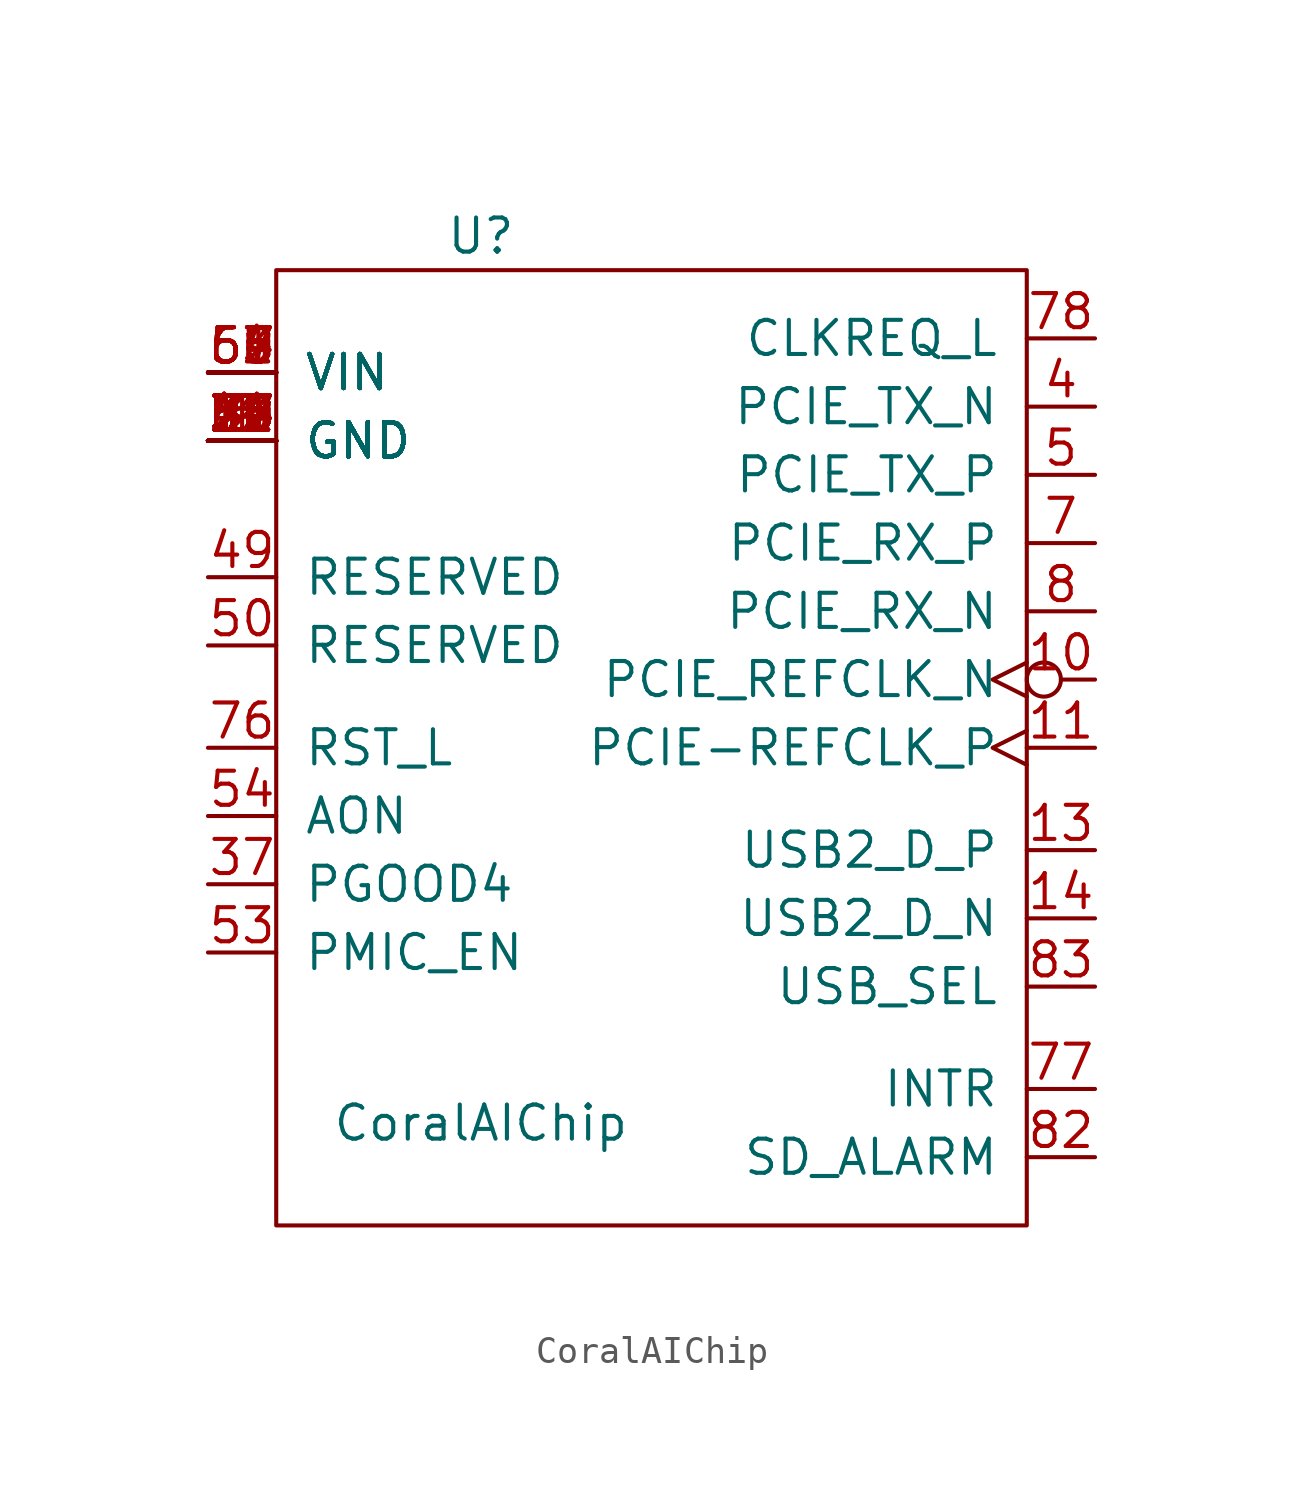
<source format=kicad_sym>
(kicad_symbol_lib
  (version 20220914)
  (generator kicad_symbol_editor)
  (symbol "CoralAIChip"
    (pin_names
      (offset 1.016))
    (property "Reference" "U"
      (at -6.35 19.05 0)
      (effects (font (size 1.27 1.27))))
    (property "Value" "CoralAIChip"
      (at -6.35 -13.97 0)
      (effects (font (size 1.27 1.27))))
    (symbol "CoralAIChip_0_1"
      (rectangle (start -13.97 17.78) (end 13.97 -17.78) (stroke (width 0) (type default)) (fill (type none))))
    (symbol "CoralAIChip_1_1"
      (pin power_in line (at -16.51 11.43 0) (length 2.54) (name "GND" (effects (font (size 1.27 1.27)))) (number "1" (effects (font (size 1.27 1.27)))))
      (pin input inverted_clock (at 16.51 2.54 180) (length 2.54) (name "PCIE_REFCLK_N" (effects (font (size 1.27 1.27)))) (number "10" (effects (font (size 1.27 1.27)))))
      (pin input clock (at 16.51 0 180) (length 2.54) (name "PCIE-REFCLK_P" (effects (font (size 1.27 1.27)))) (number "11" (effects (font (size 1.27 1.27)))))
      (pin power_in line (at -16.51 11.43 0) (length 2.54) (name "GND" (effects (font (size 1.27 1.27)))) (number "12" (effects (font (size 1.27 1.27)))))
      (pin bidirectional line (at 16.51 -3.81 180) (length 2.54) (name "USB2_D_P" (effects (font (size 1.27 1.27)))) (number "13" (effects (font (size 1.27 1.27)))))
      (pin bidirectional line (at 16.51 -6.35 180) (length 2.54) (name "USB2_D_N" (effects (font (size 1.27 1.27)))) (number "14" (effects (font (size 1.27 1.27)))))
      (pin power_in line (at -16.51 11.43 0) (length 2.54) (name "GND" (effects (font (size 1.27 1.27)))) (number "15" (effects (font (size 1.27 1.27)))))
      (pin power_in line (at -16.51 11.43 0) (length 2.54) (name "GND" (effects (font (size 1.27 1.27)))) (number "16" (effects (font (size 1.27 1.27)))))
      (pin power_in line (at -16.51 11.43 0) (length 2.54) (name "GND" (effects (font (size 1.27 1.27)))) (number "17" (effects (font (size 1.27 1.27)))))
      (pin power_in line (at -16.51 11.43 0) (length 2.54) (name "GND" (effects (font (size 1.27 1.27)))) (number "18" (effects (font (size 1.27 1.27)))))
      (pin power_in line (at -16.51 11.43 0) (length 2.54) (name "GND" (effects (font (size 1.27 1.27)))) (number "19" (effects (font (size 1.27 1.27)))))
      (pin power_in line (at -16.51 11.43 0) (length 2.54) (name "GND" (effects (font (size 1.27 1.27)))) (number "2" (effects (font (size 1.27 1.27)))))
      (pin power_in line (at -16.51 11.43 0) (length 2.54) (name "GND" (effects (font (size 1.27 1.27)))) (number "20" (effects (font (size 1.27 1.27)))))
      (pin power_in line (at -16.51 11.43 0) (length 2.54) (name "GND" (effects (font (size 1.27 1.27)))) (number "21" (effects (font (size 1.27 1.27)))))
      (pin power_in line (at -16.51 11.43 0) (length 2.54) (name "GND" (effects (font (size 1.27 1.27)))) (number "22" (effects (font (size 1.27 1.27)))))
      (pin power_in line (at -16.51 11.43 0) (length 2.54) (name "GND" (effects (font (size 1.27 1.27)))) (number "23" (effects (font (size 1.27 1.27)))))
      (pin power_in line (at -16.51 11.43 0) (length 2.54) (name "GND" (effects (font (size 1.27 1.27)))) (number "24" (effects (font (size 1.27 1.27)))))
      (pin power_in line (at -16.51 11.43 0) (length 2.54) (name "GND" (effects (font (size 1.27 1.27)))) (number "25" (effects (font (size 1.27 1.27)))))
      (pin power_in line (at -16.51 11.43 0) (length 2.54) (name "GND" (effects (font (size 1.27 1.27)))) (number "26" (effects (font (size 1.27 1.27)))))
      (pin power_in line (at -16.51 11.43 0) (length 2.54) (name "GND" (effects (font (size 1.27 1.27)))) (number "27" (effects (font (size 1.27 1.27)))))
      (pin power_in line (at -16.51 11.43 0) (length 2.54) (name "GND" (effects (font (size 1.27 1.27)))) (number "28" (effects (font (size 1.27 1.27)))))
      (pin power_in line (at -16.51 11.43 0) (length 2.54) (name "GND" (effects (font (size 1.27 1.27)))) (number "29" (effects (font (size 1.27 1.27)))))
      (pin power_in line (at -16.51 11.43 0) (length 2.54) (name "GND" (effects (font (size 1.27 1.27)))) (number "3" (effects (font (size 1.27 1.27)))))
      (pin power_in line (at -16.51 11.43 0) (length 2.54) (name "GND" (effects (font (size 1.27 1.27)))) (number "30" (effects (font (size 1.27 1.27)))))
      (pin power_in line (at -16.51 11.43 0) (length 2.54) (name "GND" (effects (font (size 1.27 1.27)))) (number "31" (effects (font (size 1.27 1.27)))))
      (pin power_in line (at -16.51 11.43 0) (length 2.54) (name "GND" (effects (font (size 1.27 1.27)))) (number "32" (effects (font (size 1.27 1.27)))))
      (pin power_in line (at -16.51 11.43 0) (length 2.54) (name "GND" (effects (font (size 1.27 1.27)))) (number "33" (effects (font (size 1.27 1.27)))))
      (pin power_in line (at -16.51 11.43 0) (length 2.54) (name "GND" (effects (font (size 1.27 1.27)))) (number "34" (effects (font (size 1.27 1.27)))))
      (pin power_in line (at -16.51 11.43 0) (length 2.54) (name "GND" (effects (font (size 1.27 1.27)))) (number "35" (effects (font (size 1.27 1.27)))))
      (pin power_in line (at -16.51 11.43 0) (length 2.54) (name "GND" (effects (font (size 1.27 1.27)))) (number "36" (effects (font (size 1.27 1.27)))))
      (pin output line (at -16.51 -5.08 0) (length 2.54) (name "PGOOD4" (effects (font (size 1.27 1.27)))) (number "37" (effects (font (size 1.27 1.27)))))
      (pin power_in line (at -16.51 11.43 0) (length 2.54) (name "GND" (effects (font (size 1.27 1.27)))) (number "38" (effects (font (size 1.27 1.27)))))
      (pin power_in line (at -16.51 11.43 0) (length 2.54) (name "GND" (effects (font (size 1.27 1.27)))) (number "39" (effects (font (size 1.27 1.27)))))
      (pin output line (at 16.51 12.7 180) (length 2.54) (name "PCIE_TX_N" (effects (font (size 1.27 1.27)))) (number "4" (effects (font (size 1.27 1.27)))))
      (pin power_in line (at -16.51 11.43 0) (length 2.54) (name "GND" (effects (font (size 1.27 1.27)))) (number "40" (effects (font (size 1.27 1.27)))))
      (pin power_in line (at -16.51 11.43 0) (length 2.54) (name "GND" (effects (font (size 1.27 1.27)))) (number "41" (effects (font (size 1.27 1.27)))))
      (pin power_in line (at -16.51 11.43 0) (length 2.54) (name "GND" (effects (font (size 1.27 1.27)))) (number "42" (effects (font (size 1.27 1.27)))))
      (pin power_in line (at -16.51 11.43 0) (length 2.54) (name "GND" (effects (font (size 1.27 1.27)))) (number "43" (effects (font (size 1.27 1.27)))))
      (pin power_in line (at -16.51 11.43 0) (length 2.54) (name "GND" (effects (font (size 1.27 1.27)))) (number "44" (effects (font (size 1.27 1.27)))))
      (pin power_in line (at -16.51 11.43 0) (length 2.54) (name "GND" (effects (font (size 1.27 1.27)))) (number "45" (effects (font (size 1.27 1.27)))))
      (pin power_in line (at -16.51 11.43 0) (length 2.54) (name "GND" (effects (font (size 1.27 1.27)))) (number "46" (effects (font (size 1.27 1.27)))))
      (pin power_in line (at -16.51 11.43 0) (length 2.54) (name "GND" (effects (font (size 1.27 1.27)))) (number "47" (effects (font (size 1.27 1.27)))))
      (pin power_in line (at -16.51 11.43 0) (length 2.54) (name "GND" (effects (font (size 1.27 1.27)))) (number "48" (effects (font (size 1.27 1.27)))))
      (pin unspecified line (at -16.51 6.35 0) (length 2.54) (name "RESERVED" (effects (font (size 1.27 1.27)))) (number "49" (effects (font (size 1.27 1.27)))))
      (pin output line (at 16.51 10.16 180) (length 2.54) (name "PCIE_TX_P" (effects (font (size 1.27 1.27)))) (number "5" (effects (font (size 1.27 1.27)))))
      (pin unspecified line (at -16.51 3.81 0) (length 2.54) (name "RESERVED" (effects (font (size 1.27 1.27)))) (number "50" (effects (font (size 1.27 1.27)))))
      (pin power_in line (at -16.51 11.43 0) (length 2.54) (name "GND" (effects (font (size 1.27 1.27)))) (number "51" (effects (font (size 1.27 1.27)))))
      (pin no_connect line (at -5.08 -10.16 0) (length 2.54) hide (name "RESERVED" (effects (font (size 1.27 1.27)))) (number "52" (effects (font (size 1.27 1.27)))))
      (pin input line (at -16.51 -7.62 0) (length 2.54) (name "PMIC_EN" (effects (font (size 1.27 1.27)))) (number "53" (effects (font (size 1.27 1.27)))))
      (pin input line (at -16.51 -2.54 0) (length 2.54) (name "AON" (effects (font (size 1.27 1.27)))) (number "54" (effects (font (size 1.27 1.27)))))
      (pin power_in line (at -16.51 11.43 0) (length 2.54) (name "GND" (effects (font (size 1.27 1.27)))) (number "55" (effects (font (size 1.27 1.27)))))
      (pin power_in line (at -16.51 13.97 0) (length 2.54) (name "VIN" (effects (font (size 1.27 1.27)))) (number "56" (effects (font (size 1.27 1.27)))))
      (pin power_in line (at -16.51 13.97 0) (length 2.54) (name "VIN" (effects (font (size 1.27 1.27)))) (number "57" (effects (font (size 1.27 1.27)))))
      (pin power_in line (at -16.51 13.97 0) (length 2.54) (name "VIN" (effects (font (size 1.27 1.27)))) (number "58" (effects (font (size 1.27 1.27)))))
      (pin power_in line (at -16.51 13.97 0) (length 2.54) (name "VIN" (effects (font (size 1.27 1.27)))) (number "59" (effects (font (size 1.27 1.27)))))
      (pin power_in line (at -16.51 11.43 0) (length 2.54) (name "GND" (effects (font (size 1.27 1.27)))) (number "6" (effects (font (size 1.27 1.27)))))
      (pin power_in line (at -16.51 13.97 0) (length 2.54) (name "VIN" (effects (font (size 1.27 1.27)))) (number "60" (effects (font (size 1.27 1.27)))))
      (pin power_in line (at -16.51 13.97 0) (length 2.54) (name "VIN" (effects (font (size 1.27 1.27)))) (number "61" (effects (font (size 1.27 1.27)))))
      (pin power_in line (at -16.51 13.97 0) (length 2.54) (name "VIN" (effects (font (size 1.27 1.27)))) (number "62" (effects (font (size 1.27 1.27)))))
      (pin power_in line (at -16.51 13.97 0) (length 2.54) (name "VIN" (effects (font (size 1.27 1.27)))) (number "63" (effects (font (size 1.27 1.27)))))
      (pin power_in line (at -16.51 13.97 0) (length 2.54) (name "VIN" (effects (font (size 1.27 1.27)))) (number "64" (effects (font (size 1.27 1.27)))))
      (pin power_in line (at -16.51 13.97 0) (length 2.54) (name "VIN" (effects (font (size 1.27 1.27)))) (number "65" (effects (font (size 1.27 1.27)))))
      (pin power_in line (at -16.51 13.97 0) (length 2.54) (name "VIN" (effects (font (size 1.27 1.27)))) (number "66" (effects (font (size 1.27 1.27)))))
      (pin power_in line (at -16.51 13.97 0) (length 2.54) (name "VIN" (effects (font (size 1.27 1.27)))) (number "67" (effects (font (size 1.27 1.27)))))
      (pin power_in line (at -16.51 11.43 0) (length 2.54) (name "GND" (effects (font (size 1.27 1.27)))) (number "68" (effects (font (size 1.27 1.27)))))
      (pin power_in line (at -16.51 11.43 0) (length 2.54) (name "GND" (effects (font (size 1.27 1.27)))) (number "69" (effects (font (size 1.27 1.27)))))
      (pin input line (at 16.51 7.62 180) (length 2.54) (name "PCIE_RX_P" (effects (font (size 1.27 1.27)))) (number "7" (effects (font (size 1.27 1.27)))))
      (pin power_in line (at -16.51 11.43 0) (length 2.54) (name "GND" (effects (font (size 1.27 1.27)))) (number "70" (effects (font (size 1.27 1.27)))))
      (pin power_in line (at -16.51 11.43 0) (length 2.54) (name "GND" (effects (font (size 1.27 1.27)))) (number "71" (effects (font (size 1.27 1.27)))))
      (pin power_in line (at -16.51 11.43 0) (length 2.54) (name "GND" (effects (font (size 1.27 1.27)))) (number "72" (effects (font (size 1.27 1.27)))))
      (pin power_in line (at -16.51 11.43 0) (length 2.54) (name "GND" (effects (font (size 1.27 1.27)))) (number "73" (effects (font (size 1.27 1.27)))))
      (pin power_in line (at -16.51 11.43 0) (length 2.54) (name "GND" (effects (font (size 1.27 1.27)))) (number "74" (effects (font (size 1.27 1.27)))))
      (pin power_in line (at -16.51 11.43 0) (length 2.54) (name "GND" (effects (font (size 1.27 1.27)))) (number "75" (effects (font (size 1.27 1.27)))))
      (pin input line (at -16.51 0 0) (length 2.54) (name "RST_L" (effects (font (size 1.27 1.27)))) (number "76" (effects (font (size 1.27 1.27)))))
      (pin output line (at 16.51 -12.7 180) (length 2.54) (name "INTR" (effects (font (size 1.27 1.27)))) (number "77" (effects (font (size 1.27 1.27)))))
      (pin bidirectional line (at 16.51 15.24 180) (length 2.54) (name "CLKREQ_L" (effects (font (size 1.27 1.27)))) (number "78" (effects (font (size 1.27 1.27)))))
      (pin power_in line (at -16.51 11.43 0) (length 2.54) (name "GND" (effects (font (size 1.27 1.27)))) (number "79" (effects (font (size 1.27 1.27)))))
      (pin input line (at 16.51 5.08 180) (length 2.54) (name "PCIE_RX_N" (effects (font (size 1.27 1.27)))) (number "8" (effects (font (size 1.27 1.27)))))
      (pin power_in line (at -16.51 11.43 0) (length 2.54) (name "GND" (effects (font (size 1.27 1.27)))) (number "80" (effects (font (size 1.27 1.27)))))
      (pin power_in line (at -16.51 11.43 0) (length 2.54) (name "GND" (effects (font (size 1.27 1.27)))) (number "81" (effects (font (size 1.27 1.27)))))
      (pin output line (at 16.51 -15.24 180) (length 2.54) (name "SD_ALARM" (effects (font (size 1.27 1.27)))) (number "82" (effects (font (size 1.27 1.27)))))
      (pin input line (at 16.51 -8.89 180) (length 2.54) (name "USB_SEL" (effects (font (size 1.27 1.27)))) (number "83" (effects (font (size 1.27 1.27)))))
      (pin no_connect line (at -5.08 -11.43 0) (length 2.54) hide (name "RESERVED" (effects (font (size 1.27 1.27)))) (number "84" (effects (font (size 1.27 1.27)))))
      (pin no_connect line (at -5.08 -12.7 0) (length 2.54) hide (name "RESERVED" (effects (font (size 1.27 1.27)))) (number "85" (effects (font (size 1.27 1.27)))))
      (pin power_in line (at -16.51 11.43 0) (length 2.54) (name "GND" (effects (font (size 1.27 1.27)))) (number "86" (effects (font (size 1.27 1.27)))))
      (pin power_in line (at -16.51 11.43 0) (length 2.54) (name "GND" (effects (font (size 1.27 1.27)))) (number "87" (effects (font (size 1.27 1.27)))))
      (pin power_in line (at -16.51 11.43 0) (length 2.54) (name "GND" (effects (font (size 1.27 1.27)))) (number "88" (effects (font (size 1.27 1.27)))))
      (pin power_in line (at -16.51 11.43 0) (length 2.54) (name "GND" (effects (font (size 1.27 1.27)))) (number "9" (effects (font (size 1.27 1.27))))))))
</source>
